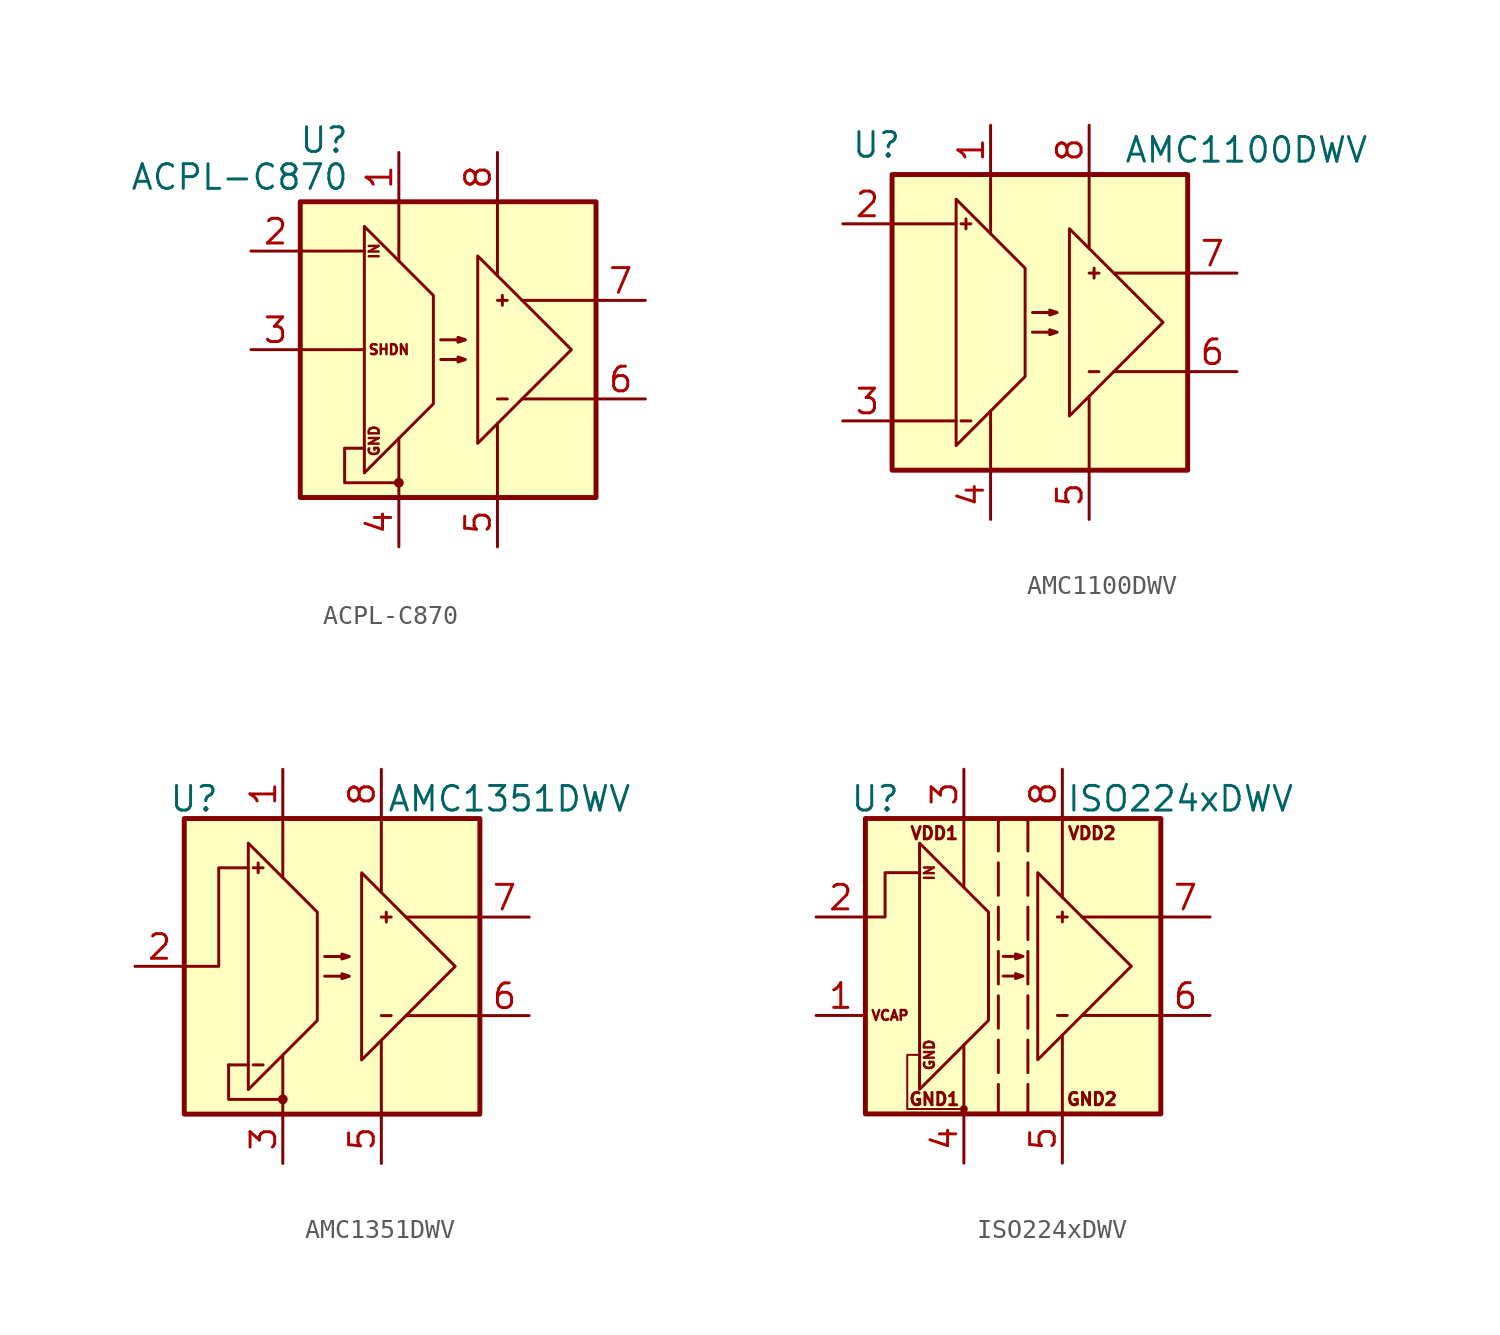
<source format=kicad_sym>
(kicad_symbol_lib
  (version 20241209)
  (generator "kicad_symbol_editor")
  (generator_version "9.0")
  (symbol "ACPL-C870"
    (pin_names
      (offset 0)
      (hide yes))
    (property "Reference" "U"
      (at -5.08 10.795 0)
      (effects (font (size 1.27 1.27)) (justify right)))
    (property "Value" "ACPL-C870"
      (at -5.08 8.89 0)
      (effects (font (size 1.27 1.27)) (justify right)))
    (symbol "ACPL-C870_0_0"
      (polyline (pts (xy -7.62 0) (xy -4.318 0)) (stroke (width 0) (type default)) (fill (type none)))
      (polyline (pts (xy -5.334 -5.08) (xy -5.334 -6.858) (xy -2.54 -6.858)) (stroke (width 0) (type default)) (fill (type none)))
      (polyline (pts (xy -4.318 -5.08) (xy -5.334 -5.08)) (stroke (width 0) (type default)) (fill (type none)))
      (circle (center -2.54 -6.858) (radius 0.178) (stroke (width 0) (type default)) (fill (type outline)))
      (text "IN" (at -3.81 5.08 900) (effects (font (size 0.508 0.508))))
      (text "GND" (at -3.81 -4.699 900) (effects (font (size 0.508 0.508))))
      (text "SHDN" (at -3.048 0 0) (effects (font (size 0.508 0.508)))))
    (symbol "ACPL-C870_0_1"
      (rectangle (start -7.62 7.62) (end 7.62 -7.62) (stroke (width 0.254) (type default)) (fill (type background)))
      (polyline (pts (xy -7.62 5.08) (xy -4.318 5.08)) (stroke (width 0) (type default)) (fill (type none)))
      (polyline (pts (xy -4.318 -6.35) (xy -0.762 -2.794) (xy -0.762 2.794) (xy -4.318 6.35) (xy -4.318 -6.35)) (stroke (width 0) (type default)) (fill (type none)))
      (polyline (pts (xy -2.54 7.62) (xy -2.54 4.572)) (stroke (width 0) (type default)) (fill (type none)))
      (polyline (pts (xy -2.54 -7.62) (xy -2.54 -4.572)) (stroke (width 0) (type default)) (fill (type none)))
      (polyline (pts (xy -0.381 0.508) (xy 0.889 0.508) (xy 0.508 0.381) (xy 0.508 0.635) (xy 0.889 0.508)) (stroke (width 0) (type default)) (fill (type none)))
      (polyline (pts (xy -0.381 -0.508) (xy 0.889 -0.508) (xy 0.508 -0.635) (xy 0.508 -0.381) (xy 0.889 -0.508)) (stroke (width 0) (type default)) (fill (type none)))
      (polyline (pts (xy 2.54 7.62) (xy 2.54 3.81)) (stroke (width 0) (type default)) (fill (type none)))
      (polyline (pts (xy 2.54 -7.62) (xy 2.54 -3.81)) (stroke (width 0) (type default)) (fill (type none)))
      (polyline (pts (xy 2.794 2.794) (xy 2.794 2.286)) (stroke (width 0) (type default)) (fill (type none)))
      (polyline (pts (xy 3.048 2.54) (xy 2.54 2.54)) (stroke (width 0) (type default)) (fill (type none)))
      (polyline (pts (xy 3.048 -2.54) (xy 2.54 -2.54)) (stroke (width 0) (type default)) (fill (type none)))
      (polyline (pts (xy 6.35 0) (xy 1.524 -4.826) (xy 1.524 4.826) (xy 6.35 0)) (stroke (width 0) (type default)) (fill (type none)))
      (polyline (pts (xy 7.62 2.54) (xy 3.81 2.54)) (stroke (width 0) (type default)) (fill (type none)))
      (polyline (pts (xy 7.62 -2.54) (xy 3.81 -2.54)) (stroke (width 0) (type default)) (fill (type none))))
    (symbol "ACPL-C870_1_1"
      (pin input line (at -10.16 5.08 0) (length 2.54) (name "IN" (effects (font (size 1.27 1.27)))) (number "2" (effects (font (size 1.27 1.27)))))
      (pin input line (at -10.16 0 0) (length 2.54) (name "IN-" (effects (font (size 1.27 1.27)))) (number "3" (effects (font (size 1.27 1.27)))))
      (pin power_in line (at -2.54 10.16 270) (length 2.54) (name "VDD1" (effects (font (size 1.27 1.27)))) (number "1" (effects (font (size 1.27 1.27)))))
      (pin power_in line (at -2.54 -10.16 90) (length 2.54) (name "GND1" (effects (font (size 1.27 1.27)))) (number "4" (effects (font (size 1.27 1.27)))))
      (pin power_in line (at 2.54 10.16 270) (length 2.54) (name "VDD2" (effects (font (size 1.27 1.27)))) (number "8" (effects (font (size 1.27 1.27)))))
      (pin power_in line (at 2.54 -10.16 90) (length 2.54) (name "GND2" (effects (font (size 1.27 1.27)))) (number "5" (effects (font (size 1.27 1.27)))))
      (pin output line (at 10.16 2.54 180) (length 2.54) (name "OUT+" (effects (font (size 1.27 1.27)))) (number "7" (effects (font (size 1.27 1.27)))))
      (pin output line (at 10.16 -2.54 180) (length 2.54) (name "OUT-" (effects (font (size 1.27 1.27)))) (number "6" (effects (font (size 1.27 1.27)))))))
  (symbol "AMC1100DWV"
    (pin_names
      (hide yes))
    (property "Reference" "U"
      (at -7.112 9.144 0)
      (effects (font (size 1.27 1.27)) (justify right)))
    (property "Value" "AMC1100DWV"
      (at 4.318 8.89 0)
      (effects (font (size 1.27 1.27)) (justify left)))
    (symbol "AMC1100DWV_0_1"
      (rectangle (start -7.62 7.62) (end 7.62 -7.62) (stroke (width 0.254) (type default)) (fill (type background)))
      (polyline (pts (xy -7.62 5.08) (xy -4.318 5.08)) (stroke (width 0) (type default)) (fill (type none)))
      (polyline (pts (xy -7.62 -5.08) (xy -4.318 -5.08)) (stroke (width 0) (type default)) (fill (type none)))
      (polyline (pts (xy -4.318 -6.35) (xy -0.762 -2.794) (xy -0.762 2.794) (xy -4.318 6.35) (xy -4.318 -6.35)) (stroke (width 0) (type default)) (fill (type none)))
      (polyline (pts (xy -4.064 5.08) (xy -3.556 5.08)) (stroke (width 0) (type default)) (fill (type none)))
      (polyline (pts (xy -4.064 -5.08) (xy -3.556 -5.08)) (stroke (width 0) (type default)) (fill (type none)))
      (polyline (pts (xy -3.81 5.334) (xy -3.81 4.826)) (stroke (width 0) (type default)) (fill (type none)))
      (polyline (pts (xy -2.54 7.62) (xy -2.54 4.572)) (stroke (width 0) (type default)) (fill (type none)))
      (polyline (pts (xy -2.54 -7.62) (xy -2.54 -4.572)) (stroke (width 0) (type default)) (fill (type none)))
      (polyline (pts (xy -0.381 0.508) (xy 0.889 0.508) (xy 0.508 0.381) (xy 0.508 0.635) (xy 0.889 0.508)) (stroke (width 0) (type default)) (fill (type none)))
      (polyline (pts (xy -0.381 -0.508) (xy 0.889 -0.508) (xy 0.508 -0.635) (xy 0.508 -0.381) (xy 0.889 -0.508)) (stroke (width 0) (type default)) (fill (type none)))
      (polyline (pts (xy 2.54 7.62) (xy 2.54 3.81)) (stroke (width 0) (type default)) (fill (type none)))
      (polyline (pts (xy 2.54 -7.62) (xy 2.54 -3.81)) (stroke (width 0) (type default)) (fill (type none)))
      (polyline (pts (xy 2.794 2.794) (xy 2.794 2.286)) (stroke (width 0) (type default)) (fill (type none)))
      (polyline (pts (xy 3.048 2.54) (xy 2.54 2.54)) (stroke (width 0) (type default)) (fill (type none)))
      (polyline (pts (xy 3.048 -2.54) (xy 2.54 -2.54)) (stroke (width 0) (type default)) (fill (type none)))
      (polyline (pts (xy 6.35 0) (xy 1.524 -4.826) (xy 1.524 4.826) (xy 6.35 0)) (stroke (width 0) (type default)) (fill (type none)))
      (polyline (pts (xy 7.62 2.54) (xy 3.81 2.54)) (stroke (width 0) (type default)) (fill (type none)))
      (polyline (pts (xy 7.62 -2.54) (xy 3.81 -2.54)) (stroke (width 0) (type default)) (fill (type none))))
    (symbol "AMC1100DWV_1_1"
      (pin input line (at -10.16 5.08 0) (length 2.54) (name "VINP" (effects (font (size 1.27 1.27)))) (number "2" (effects (font (size 1.27 1.27)))))
      (pin input line (at -10.16 -5.08 0) (length 2.54) (name "VINN" (effects (font (size 1.27 1.27)))) (number "3" (effects (font (size 1.27 1.27)))))
      (pin power_in line (at -2.54 10.16 270) (length 2.54) (name "VDD1" (effects (font (size 1.27 1.27)))) (number "1" (effects (font (size 1.27 1.27)))))
      (pin power_in line (at -2.54 -10.16 90) (length 2.54) (name "GND1" (effects (font (size 1.27 1.27)))) (number "4" (effects (font (size 1.27 1.27)))))
      (pin power_in line (at 2.54 10.16 270) (length 2.54) (name "VDD2" (effects (font (size 1.27 1.27)))) (number "8" (effects (font (size 1.27 1.27)))))
      (pin power_in line (at 2.54 -10.16 90) (length 2.54) (name "GND2" (effects (font (size 1.27 1.27)))) (number "5" (effects (font (size 1.27 1.27)))))
      (pin output line (at 10.16 2.54 180) (length 2.54) (name "VOUTP" (effects (font (size 1.27 1.27)))) (number "7" (effects (font (size 1.27 1.27)))))
      (pin output line (at 10.16 -2.54 180) (length 2.54) (name "VOUTN" (effects (font (size 1.27 1.27)))) (number "6" (effects (font (size 1.27 1.27)))))))
  (symbol "AMC1351DWV"
    (pin_names
      (hide yes))
    (property "Reference" "U"
      (at -7.112 8.636 0)
      (effects (font (size 1.27 1.27))))
    (property "Value" "AMC1351DWV"
      (at 9.144 8.636 0)
      (effects (font (size 1.27 1.27))))
    (symbol "AMC1351DWV_0_0"
      (polyline (pts (xy -5.334 -5.08) (xy -5.334 -6.858) (xy -2.54 -6.858)) (stroke (width 0) (type default)) (fill (type none)))
      (polyline (pts (xy -4.318 -5.08) (xy -5.334 -5.08)) (stroke (width 0) (type default)) (fill (type none)))
      (circle (center -2.54 -6.858) (radius 0.178) (stroke (width 0) (type default)) (fill (type outline))))
    (symbol "AMC1351DWV_0_1"
      (rectangle (start -7.62 7.62) (end 7.62 -7.62) (stroke (width 0.254) (type default)) (fill (type background)))
      (polyline (pts (xy -7.62 0) (xy -5.842 0) (xy -5.842 5.08) (xy -4.318 5.08)) (stroke (width 0) (type default)) (fill (type none)))
      (polyline (pts (xy -4.318 -6.35) (xy -0.762 -2.794) (xy -0.762 2.794) (xy -4.318 6.35) (xy -4.318 -6.35)) (stroke (width 0) (type default)) (fill (type none)))
      (polyline (pts (xy -4.064 5.08) (xy -3.556 5.08)) (stroke (width 0) (type default)) (fill (type none)))
      (polyline (pts (xy -4.064 -5.08) (xy -3.556 -5.08)) (stroke (width 0) (type default)) (fill (type none)))
      (polyline (pts (xy -3.81 5.334) (xy -3.81 4.826)) (stroke (width 0) (type default)) (fill (type none)))
      (polyline (pts (xy -2.54 7.62) (xy -2.54 4.572)) (stroke (width 0) (type default)) (fill (type none)))
      (polyline (pts (xy -2.54 -7.62) (xy -2.54 -4.572)) (stroke (width 0) (type default)) (fill (type none)))
      (polyline (pts (xy -0.381 0.508) (xy 0.889 0.508) (xy 0.508 0.381) (xy 0.508 0.635) (xy 0.889 0.508)) (stroke (width 0) (type default)) (fill (type none)))
      (polyline (pts (xy -0.381 -0.508) (xy 0.889 -0.508) (xy 0.508 -0.635) (xy 0.508 -0.381) (xy 0.889 -0.508)) (stroke (width 0) (type default)) (fill (type none)))
      (polyline (pts (xy 2.54 7.62) (xy 2.54 3.81)) (stroke (width 0) (type default)) (fill (type none)))
      (polyline (pts (xy 2.54 -7.62) (xy 2.54 -3.81)) (stroke (width 0) (type default)) (fill (type none)))
      (polyline (pts (xy 2.794 2.794) (xy 2.794 2.286)) (stroke (width 0) (type default)) (fill (type none)))
      (polyline (pts (xy 3.048 2.54) (xy 2.54 2.54)) (stroke (width 0) (type default)) (fill (type none)))
      (polyline (pts (xy 3.048 -2.54) (xy 2.54 -2.54)) (stroke (width 0) (type default)) (fill (type none)))
      (polyline (pts (xy 6.35 0) (xy 1.524 -4.826) (xy 1.524 4.826) (xy 6.35 0)) (stroke (width 0) (type default)) (fill (type none)))
      (polyline (pts (xy 7.62 2.54) (xy 3.81 2.54)) (stroke (width 0) (type default)) (fill (type none)))
      (polyline (pts (xy 7.62 -2.54) (xy 3.81 -2.54)) (stroke (width 0) (type default)) (fill (type none))))
    (symbol "AMC1351DWV_1_1"
      (pin input line (at -10.16 0 0) (length 2.54) (name "IN" (effects (font (size 1.27 1.27)))) (number "2" (effects (font (size 1.27 1.27)))))
      (pin power_in line (at -2.54 10.16 270) (length 2.54) (name "VDD1" (effects (font (size 1.27 1.27)))) (number "1" (effects (font (size 1.27 1.27)))))
      (pin power_in line (at -2.54 -10.16 90) (length 2.54) (name "GND1" (effects (font (size 1.27 1.27)))) (number "3" (effects (font (size 1.27 1.27)))))
      (pin passive line (at -2.54 -10.16 90) (length 2.54) (hide yes) (name "GND1" (effects (font (size 1.27 1.27)))) (number "4" (effects (font (size 1.27 1.27)))))
      (pin power_in line (at 2.54 10.16 270) (length 2.54) (name "VDD2" (effects (font (size 1.27 1.27)))) (number "8" (effects (font (size 1.27 1.27)))))
      (pin power_in line (at 2.54 -10.16 90) (length 2.54) (name "GND2" (effects (font (size 1.27 1.27)))) (number "5" (effects (font (size 1.27 1.27)))))
      (pin output line (at 10.16 2.54 180) (length 2.54) (name "OUTP" (effects (font (size 1.27 1.27)))) (number "7" (effects (font (size 1.27 1.27)))))
      (pin output line (at 10.16 -2.54 180) (length 2.54) (name "OUTN" (effects (font (size 1.27 1.27)))) (number "6" (effects (font (size 1.27 1.27)))))))
  (symbol "ISO224xDWV"
    (pin_names
      (hide yes))
    (property "Reference" "U"
      (at -7.112 8.636 0)
      (effects (font (size 1.27 1.27))))
    (property "Value" "ISO224xDWV"
      (at 8.636 8.636 0)
      (effects (font (size 1.27 1.27))))
    (symbol "ISO224xDWV_0_0"
      (circle (center -2.54 -7.366) (radius 0.127) (stroke (width 0) (type default)) (fill (type outline)))
      (text "IN" (at -4.318 4.826 900) (effects (font (size 0.508 0.508))))
      (text "GND" (at -4.318 -4.572 900) (effects (font (size 0.508 0.508)))))
    (symbol "ISO224xDWV_0_1"
      (rectangle (start -7.62 7.62) (end 7.62 -7.62) (stroke (width 0.254) (type default)) (fill (type background)))
      (polyline (pts (xy -7.62 2.54) (xy -6.604 2.54) (xy -6.604 4.826) (xy -4.826 4.826)) (stroke (width 0) (type default)) (fill (type none)))
      (polyline (pts (xy -4.826 -6.35) (xy -1.27 -2.794) (xy -1.27 2.794) (xy -4.826 6.35) (xy -4.826 -6.35)) (stroke (width 0) (type default)) (fill (type none)))
      (polyline (pts (xy -2.54 7.62) (xy -2.54 4.064)) (stroke (width 0) (type default)) (fill (type none)))
      (polyline (pts (xy -2.54 -7.62) (xy -2.54 -4.064)) (stroke (width 0) (type default)) (fill (type none)))
      (polyline (pts (xy -0.508 0.508) (xy 0.508 0.508) (xy 0.127 0.381) (xy 0.127 0.635) (xy 0.508 0.508)) (stroke (width 0) (type default)) (fill (type none)))
      (polyline (pts (xy -0.508 -0.508) (xy 0.508 -0.508) (xy 0.127 -0.635) (xy 0.127 -0.381) (xy 0.508 -0.508)) (stroke (width 0) (type default)) (fill (type none)))
      (polyline (pts (xy 2.54 7.62) (xy 2.54 3.556)) (stroke (width 0) (type default)) (fill (type none)))
      (polyline (pts (xy 2.54 2.794) (xy 2.54 2.286)) (stroke (width 0) (type default)) (fill (type none)))
      (polyline (pts (xy 2.54 -7.62) (xy 2.54 -3.556)) (stroke (width 0) (type default)) (fill (type none)))
      (polyline (pts (xy 2.794 2.54) (xy 2.286 2.54)) (stroke (width 0) (type default)) (fill (type none)))
      (polyline (pts (xy 2.794 -2.54) (xy 2.286 -2.54)) (stroke (width 0) (type default)) (fill (type none)))
      (polyline (pts (xy 6.096 0) (xy 1.27 -4.826) (xy 1.27 4.826) (xy 6.096 0)) (stroke (width 0) (type default)) (fill (type none)))
      (polyline (pts (xy 7.62 2.54) (xy 3.556 2.54)) (stroke (width 0) (type default)) (fill (type none)))
      (polyline (pts (xy 7.62 -2.54) (xy 3.556 -2.54)) (stroke (width 0) (type default)) (fill (type none))))
    (symbol "ISO224xDWV_1_0"
      (polyline (pts (xy -4.826 -4.572) (xy -5.461 -4.572) (xy -5.461 -7.366) (xy -2.54 -7.366)) (stroke (width 0.102) (type solid)) (fill (type none))))
    (symbol "ISO224xDWV_1_1"
      (polyline (pts (xy -0.762 7.62) (xy -0.762 -7.62)) (stroke (width 0) (type dash)) (fill (type none)))
      (polyline (pts (xy 0.762 7.62) (xy 0.762 -7.62)) (stroke (width 0) (type dash)) (fill (type none)))
      (text "VCAP" (at -6.35 -2.54 0) (effects (font (size 0.508 0.508))))
      (text "VDD1" (at -4.064 6.858 0) (effects (font (size 0.635 0.635))))
      (text "GND1" (at -4.064 -6.858 0) (effects (font (size 0.635 0.635))))
      (text "VDD2" (at 4.064 6.858 0) (effects (font (size 0.635 0.635))))
      (text "GND2" (at 4.064 -6.858 0) (effects (font (size 0.635 0.635))))
      (pin input line (at -10.16 2.54 0) (length 2.54) (name "IN" (effects (font (size 1.27 1.27)))) (number "2" (effects (font (size 1.27 1.27)))))
      (pin passive line (at -10.16 -2.54 0) (length 2.54) (name "VCAP" (effects (font (size 1.27 1.27)))) (number "1" (effects (font (size 1.27 1.27)))))
      (pin power_in line (at -2.54 10.16 270) (length 2.54) (name "VDD1" (effects (font (size 1.27 1.27)))) (number "3" (effects (font (size 1.27 1.27)))))
      (pin power_in line (at -2.54 -10.16 90) (length 2.54) (name "GND1" (effects (font (size 1.27 1.27)))) (number "4" (effects (font (size 1.27 1.27)))))
      (pin power_in line (at 2.54 10.16 270) (length 2.54) (name "VDD2" (effects (font (size 1.27 1.27)))) (number "8" (effects (font (size 1.27 1.27)))))
      (pin power_in line (at 2.54 -10.16 90) (length 2.54) (name "GND2" (effects (font (size 1.27 1.27)))) (number "5" (effects (font (size 1.27 1.27)))))
      (pin output line (at 10.16 2.54 180) (length 2.54) (name "OUTP" (effects (font (size 1.27 1.27)))) (number "7" (effects (font (size 1.27 1.27)))))
      (pin output line (at 10.16 -2.54 180) (length 2.54) (name "OUTN" (effects (font (size 1.27 1.27)))) (number "6" (effects (font (size 1.27 1.27))))))))
</source>
